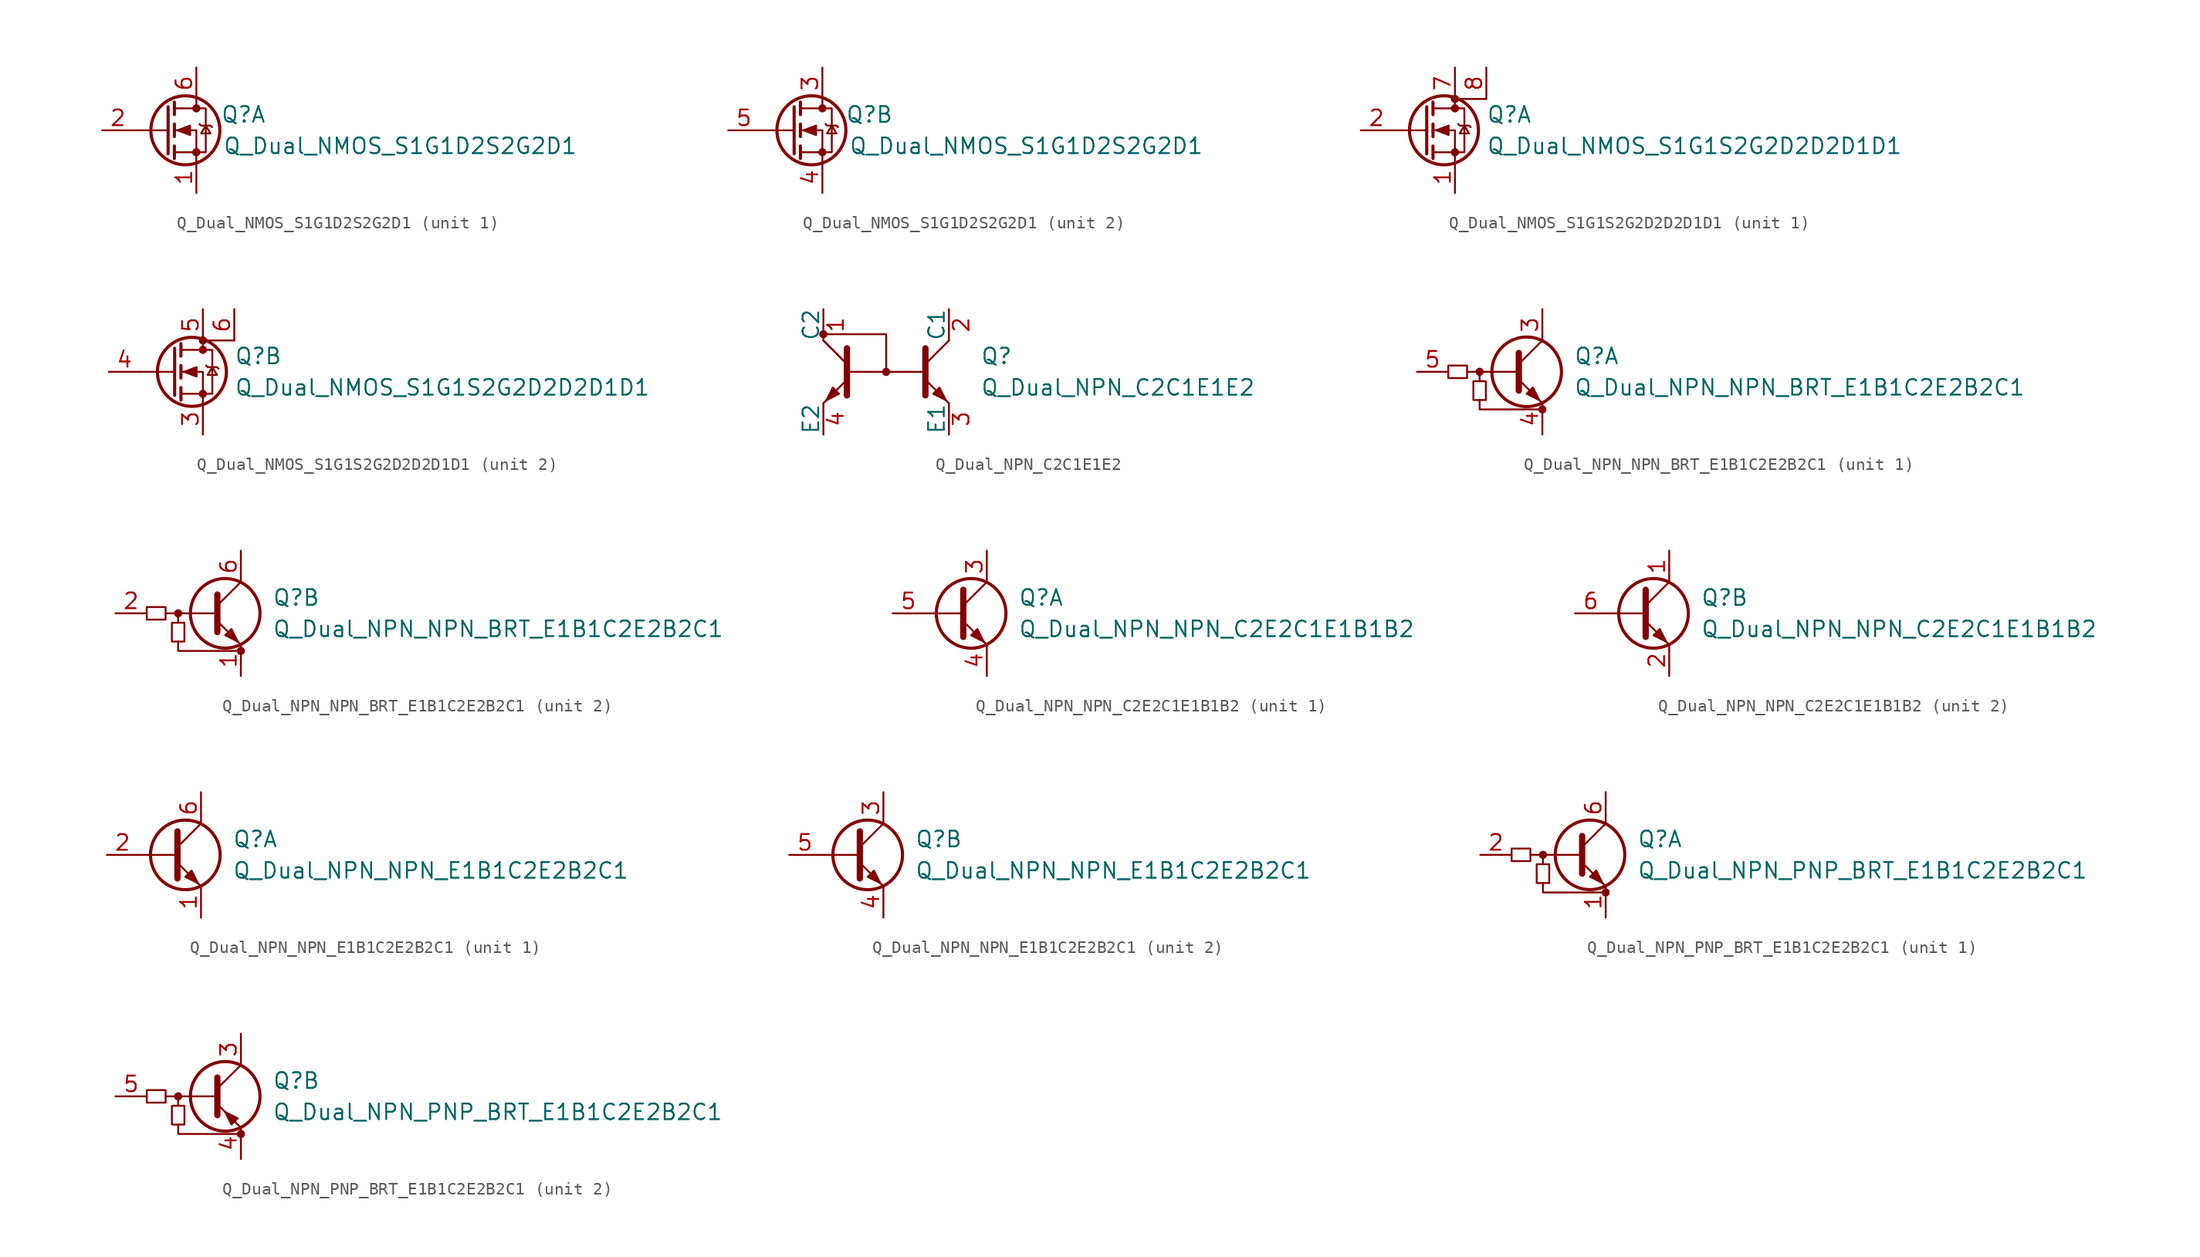
<source format=kicad_sym>
(kicad_symbol_lib
  (version 20201005)
  (generator kicad_symbol_editor)
  (symbol "Q_Dual_NMOS_S1G1D2S2G2D1"
    (pin_names
      (offset 0) hide)
    (property "Reference" "Q"
      (at 6.35 1.27 0)
      (effects (font (size 1.27 1.27))))
    (property "Value" "Q_Dual_NMOS_S1G1D2S2G2D1"
      (at 19.05 -1.27 0)
      (effects (font (size 1.27 1.27))))
    (symbol "Q_Dual_NMOS_S1G1D2S2G2D1_0_1"
      (circle (center 1.651 0) (radius 2.794) (stroke (width 0.254)) (fill (type none)))
      (circle (center 2.54 -1.778) (radius 0.254) (stroke (width 0)) (fill (type outline)))
      (circle (center 2.54 1.778) (radius 0.254) (stroke (width 0)) (fill (type outline)))
      (polyline (pts (xy 0.254 0) (xy -2.54 0)) (stroke (width 0)) (fill (type none)))
      (polyline (pts (xy 0.254 1.905) (xy 0.254 -1.905)) (stroke (width 0.254)) (fill (type none)))
      (polyline (pts (xy 0.762 -1.27) (xy 0.762 -2.286)) (stroke (width 0.254)) (fill (type none)))
      (polyline (pts (xy 0.762 0.508) (xy 0.762 -0.508)) (stroke (width 0.254)) (fill (type none)))
      (polyline (pts (xy 0.762 2.286) (xy 0.762 1.27)) (stroke (width 0.254)) (fill (type none)))
      (polyline (pts (xy 2.54 2.54) (xy 2.54 1.778)) (stroke (width 0)) (fill (type none)))
      (polyline (pts (xy 2.54 -2.54) (xy 2.54 0) (xy 0.762 0)) (stroke (width 0)) (fill (type none)))
      (polyline (pts (xy 0.762 -1.778) (xy 3.302 -1.778) (xy 3.302 1.778) (xy 0.762 1.778)) (stroke (width 0)) (fill (type none)))
      (polyline (pts (xy 2.794 0.508) (xy 2.921 0.381) (xy 3.683 0.381) (xy 3.81 0.254)) (stroke (width 0)) (fill (type none)))
      (polyline (pts (xy 3.302 0.381) (xy 2.921 -0.254) (xy 3.683 -0.254) (xy 3.302 0.381)) (stroke (width 0)) (fill (type none)))
      (polyline (pts (xy 1.016 0) (xy 2.032 0.381) (xy 2.032 -0.381) (xy 1.016 0)) (stroke (width 0)) (fill (type outline))))
    (symbol "Q_Dual_NMOS_S1G1D2S2G2D1_1_1"
      (pin passive line (at 2.54 -5.08 90) (length 2.54) (name "S" (effects (font (size 1.27 1.27)))) (number "1" (effects (font (size 1.27 1.27)))))
      (pin input line (at -5.08 0 0) (length 2.54) (name "G" (effects (font (size 1.27 1.27)))) (number "2" (effects (font (size 1.27 1.27)))))
      (pin passive line (at 2.54 5.08 270) (length 2.54) (name "D" (effects (font (size 1.27 1.27)))) (number "6" (effects (font (size 1.27 1.27))))))
    (symbol "Q_Dual_NMOS_S1G1D2S2G2D1_2_1"
      (pin passive line (at 2.54 5.08 270) (length 2.54) (name "D" (effects (font (size 1.27 1.27)))) (number "3" (effects (font (size 1.27 1.27)))))
      (pin passive line (at 2.54 -5.08 90) (length 2.54) (name "S" (effects (font (size 1.27 1.27)))) (number "4" (effects (font (size 1.27 1.27)))))
      (pin input line (at -5.08 0 0) (length 2.54) (name "G" (effects (font (size 1.27 1.27)))) (number "5" (effects (font (size 1.27 1.27)))))))
  (symbol "Q_Dual_NMOS_S1G1S2G2D2D2D1D1"
    (pin_names
      (offset 0) hide)
    (property "Reference" "Q"
      (at 5.08 1.27 0)
      (effects (font (size 1.27 1.27)) (justify left)))
    (property "Value" "Q_Dual_NMOS_S1G1S2G2D2D2D1D1"
      (at 5.08 -1.27 0)
      (effects (font (size 1.27 1.27)) (justify left)))
    (symbol "Q_Dual_NMOS_S1G1S2G2D2D2D1D1_0_1"
      (circle (center 1.651 0) (radius 2.794) (stroke (width 0.254)) (fill (type none)))
      (circle (center 2.54 -1.778) (radius 0.254) (stroke (width 0)) (fill (type outline)))
      (circle (center 2.54 1.778) (radius 0.254) (stroke (width 0)) (fill (type outline)))
      (circle (center 2.54 2.54) (radius 0.254) (stroke (width 0)) (fill (type outline)))
      (polyline (pts (xy 0.254 0) (xy -2.54 0)) (stroke (width 0)) (fill (type none)))
      (polyline (pts (xy 0.254 1.905) (xy 0.254 -1.905)) (stroke (width 0.254)) (fill (type none)))
      (polyline (pts (xy 0.762 -1.27) (xy 0.762 -2.286)) (stroke (width 0.254)) (fill (type none)))
      (polyline (pts (xy 0.762 0.508) (xy 0.762 -0.508)) (stroke (width 0.254)) (fill (type none)))
      (polyline (pts (xy 0.762 2.286) (xy 0.762 1.27)) (stroke (width 0.254)) (fill (type none)))
      (polyline (pts (xy 2.54 2.54) (xy 2.54 1.778)) (stroke (width 0)) (fill (type none)))
      (polyline (pts (xy 5.08 2.54) (xy 2.54 2.54)) (stroke (width 0)) (fill (type none)))
      (polyline (pts (xy 2.54 -2.54) (xy 2.54 0) (xy 0.762 0)) (stroke (width 0)) (fill (type none)))
      (polyline (pts (xy 0.762 -1.778) (xy 3.302 -1.778) (xy 3.302 1.778) (xy 0.762 1.778)) (stroke (width 0)) (fill (type none)))
      (polyline (pts (xy 2.794 0.508) (xy 2.921 0.381) (xy 3.683 0.381) (xy 3.81 0.254)) (stroke (width 0)) (fill (type none)))
      (polyline (pts (xy 3.302 0.381) (xy 2.921 -0.254) (xy 3.683 -0.254) (xy 3.302 0.381)) (stroke (width 0)) (fill (type none)))
      (polyline (pts (xy 1.016 0) (xy 2.032 0.381) (xy 2.032 -0.381) (xy 1.016 0)) (stroke (width 0)) (fill (type outline))))
    (symbol "Q_Dual_NMOS_S1G1S2G2D2D2D1D1_1_1"
      (pin passive line (at 2.54 -5.08 90) (length 2.54) (name "S" (effects (font (size 1.27 1.27)))) (number "1" (effects (font (size 1.27 1.27)))))
      (pin input line (at -5.08 0 0) (length 2.54) (name "G" (effects (font (size 1.27 1.27)))) (number "2" (effects (font (size 1.27 1.27)))))
      (pin passive line (at 2.54 5.08 270) (length 2.54) (name "D" (effects (font (size 1.27 1.27)))) (number "7" (effects (font (size 1.27 1.27)))))
      (pin passive line (at 5.08 5.08 270) (length 2.54) (name "D" (effects (font (size 1.27 1.27)))) (number "8" (effects (font (size 1.27 1.27))))))
    (symbol "Q_Dual_NMOS_S1G1S2G2D2D2D1D1_2_1"
      (pin passive line (at 2.54 -5.08 90) (length 2.54) (name "S" (effects (font (size 1.27 1.27)))) (number "3" (effects (font (size 1.27 1.27)))))
      (pin input line (at -5.08 0 0) (length 2.54) (name "G" (effects (font (size 1.27 1.27)))) (number "4" (effects (font (size 1.27 1.27)))))
      (pin passive line (at 2.54 5.08 270) (length 2.54) (name "D" (effects (font (size 1.27 1.27)))) (number "5" (effects (font (size 1.27 1.27)))))
      (pin passive line (at 5.08 5.08 270) (length 2.54) (name "D" (effects (font (size 1.27 1.27)))) (number "6" (effects (font (size 1.27 1.27)))))))
  (symbol "Q_Dual_NPN_C2C1E1E2"
    (pin_names
      (offset 0))
    (property "Reference" "Q"
      (at 7.62 1.27 0)
      (effects (font (size 1.27 1.27)) (justify left)))
    (property "Value" "Q_Dual_NPN_C2C1E1E2"
      (at 7.62 -1.27 0)
      (effects (font (size 1.27 1.27)) (justify left)))
    (symbol "Q_Dual_NPN_C2C1E1E2_0_1"
      (circle (center -5.08 3.048) (radius 0.254) (stroke (width 0)) (fill (type outline)))
      (circle (center 0 0) (radius 0.254) (stroke (width 0)) (fill (type outline)))
      (polyline (pts (xy -5.08 -2.54) (xy -3.175 -0.635)) (stroke (width 0)) (fill (type none)))
      (polyline (pts (xy -5.08 2.54) (xy -3.175 0.635)) (stroke (width 0)) (fill (type none)))
      (polyline (pts (xy -5.08 2.54) (xy -3.175 0.635)) (stroke (width 0)) (fill (type none)))
      (polyline (pts (xy 3.175 0) (xy -3.175 0)) (stroke (width 0)) (fill (type none)))
      (polyline (pts (xy 5.08 -2.54) (xy 3.175 -0.635)) (stroke (width 0)) (fill (type none)))
      (polyline (pts (xy 5.08 2.54) (xy 3.175 0.635)) (stroke (width 0)) (fill (type none)))
      (polyline (pts (xy 0 0) (xy 0 3.048) (xy -5.08 3.048)) (stroke (width 0)) (fill (type none)))
      (polyline (pts (xy -3.175 -1.905) (xy -3.175 1.905) (xy -3.175 1.905)) (stroke (width 0.508)) (fill (type outline)))
      (polyline (pts (xy 3.175 -1.905) (xy 3.175 1.905) (xy 3.175 1.905)) (stroke (width 0.508)) (fill (type outline)))
      (polyline (pts (xy -3.81 -1.778) (xy -4.318 -1.27) (xy -4.826 -2.286) (xy -3.81 -1.778) (xy -3.81 -1.778)) (stroke (width 0)) (fill (type outline)))
      (polyline (pts (xy 3.81 -1.778) (xy 4.318 -1.27) (xy 4.826 -2.286) (xy 3.81 -1.778) (xy 3.81 -1.778)) (stroke (width 0)) (fill (type outline))))
    (symbol "Q_Dual_NPN_C2C1E1E2_1_1"
      (pin passive line (at -5.08 5.08 270) (length 2.54) (name "C2" (effects (font (size 1.27 1.27)))) (number "1" (effects (font (size 1.27 1.27)))))
      (pin passive line (at 5.08 5.08 270) (length 2.54) (name "C1" (effects (font (size 1.27 1.27)))) (number "2" (effects (font (size 1.27 1.27)))))
      (pin passive line (at 5.08 -5.08 90) (length 2.54) (name "E1" (effects (font (size 1.27 1.27)))) (number "3" (effects (font (size 1.27 1.27)))))
      (pin passive line (at -5.08 -5.08 90) (length 2.54) (name "E2" (effects (font (size 1.27 1.27)))) (number "4" (effects (font (size 1.27 1.27)))))))
  (symbol "Q_Dual_NPN_NPN_BRT_E1B1C2E2B2C1"
    (pin_names hide)
    (property "Reference" "Q"
      (at 3.81 1.27 0)
      (effects (font (size 1.27 1.27)) (justify left)))
    (property "Value" "Q_Dual_NPN_NPN_BRT_E1B1C2E2B2C1"
      (at 3.81 -1.27 0)
      (effects (font (size 1.27 1.27)) (justify left)))
    (symbol "Q_Dual_NPN_NPN_BRT_E1B1C2E2B2C1_0_1"
      (circle (center -3.81 0) (radius 0.254) (stroke (width 0)) (fill (type outline)))
      (circle (center 1.27 -3.048) (radius 0.254) (stroke (width 0)) (fill (type outline)))
      (rectangle (start -6.35 0.508) (end -4.826 -0.508) (stroke (width 0)) (fill (type none)))
      (rectangle (start -4.318 -2.286) (end -3.302 -0.762) (stroke (width 0)) (fill (type none)))
      (polyline (pts (xy -3.81 -0.762) (xy -3.81 0)) (stroke (width 0)) (fill (type none)))
      (polyline (pts (xy -0.762 0) (xy -4.826 0)) (stroke (width 0)) (fill (type none)))
      (polyline (pts (xy -0.635 1.524) (xy -0.635 -1.524)) (stroke (width 0.508)) (fill (type none)))
      (polyline (pts (xy -3.81 -2.286) (xy -3.81 -3.048) (xy 1.27 -3.048)) (stroke (width 0)) (fill (type none))))
    (symbol "Q_Dual_NPN_NPN_BRT_E1B1C2E2B2C1_1_1"
      (circle (center 0 0) (radius 2.819) (stroke (width 0.254)) (fill (type none)))
      (polyline (pts (xy -0.635 0.635) (xy 1.27 2.54)) (stroke (width 0)) (fill (type none)))
      (polyline (pts (xy -0.635 -0.635) (xy 1.27 -2.54) (xy 1.27 -2.54)) (stroke (width 0)) (fill (type none)))
      (polyline (pts (xy 0 -1.778) (xy 0.508 -1.27) (xy 1.016 -2.286) (xy 0 -1.778) (xy 0 -1.778)) (stroke (width 0)) (fill (type outline)))
      (pin passive line (at 1.27 5.08 270) (length 2.54) (name "C1" (effects (font (size 1.27 1.27)))) (number "3" (effects (font (size 1.27 1.27)))))
      (pin passive line (at 1.27 -5.08 90) (length 2.54) (name "E1" (effects (font (size 1.27 1.27)))) (number "4" (effects (font (size 1.27 1.27)))))
      (pin input line (at -8.89 0 0) (length 2.54) (name "B1" (effects (font (size 1.27 1.27)))) (number "5" (effects (font (size 1.27 1.27))))))
    (symbol "Q_Dual_NPN_NPN_BRT_E1B1C2E2B2C1_2_1"
      (circle (center 0 0) (radius 2.819) (stroke (width 0.254)) (fill (type none)))
      (polyline (pts (xy -0.635 0.635) (xy 1.27 2.54)) (stroke (width 0)) (fill (type none)))
      (polyline (pts (xy -0.635 -0.635) (xy 1.27 -2.54) (xy 1.27 -2.54)) (stroke (width 0)) (fill (type none)))
      (polyline (pts (xy 0 -1.778) (xy 0.508 -1.27) (xy 1.016 -2.286) (xy 0 -1.778) (xy 0 -1.778)) (stroke (width 0)) (fill (type outline)))
      (pin passive line (at 1.27 -5.08 90) (length 2.54) (name "E1" (effects (font (size 1.27 1.27)))) (number "1" (effects (font (size 1.27 1.27)))))
      (pin input line (at -8.89 0 0) (length 2.54) (name "B1" (effects (font (size 1.27 1.27)))) (number "2" (effects (font (size 1.27 1.27)))))
      (pin passive line (at 1.27 5.08 270) (length 2.54) (name "C1" (effects (font (size 1.27 1.27)))) (number "6" (effects (font (size 1.27 1.27)))))))
  (symbol "Q_Dual_NPN_NPN_C2E2C1E1B1B2"
    (pin_names
      (offset 0) hide)
    (property "Reference" "Q"
      (at 5.08 1.27 0)
      (effects (font (size 1.27 1.27)) (justify left)))
    (property "Value" "Q_Dual_NPN_NPN_C2E2C1E1B1B2"
      (at 5.08 -1.27 0)
      (effects (font (size 1.27 1.27)) (justify left)))
    (property "ki_locked" ""
      (at 0 0 0)
      (effects (font (size 1.27 1.27))))
    (symbol "Q_Dual_NPN_NPN_C2E2C1E1B1B2_0_1"
      (circle (center 1.27 0) (radius 2.819) (stroke (width 0.254)) (fill (type none)))
      (polyline (pts (xy 0.635 0) (xy -2.54 0)) (stroke (width 0)) (fill (type none)))
      (polyline (pts (xy 0.635 0.635) (xy 2.54 2.54)) (stroke (width 0)) (fill (type none)))
      (polyline (pts (xy 0.635 -0.635) (xy 2.54 -2.54) (xy 2.54 -2.54)) (stroke (width 0)) (fill (type none)))
      (polyline (pts (xy 0.635 1.905) (xy 0.635 -1.905) (xy 0.635 -1.905)) (stroke (width 0.508)) (fill (type none)))
      (polyline (pts (xy 1.27 -1.778) (xy 1.778 -1.27) (xy 2.286 -2.286) (xy 1.27 -1.778) (xy 1.27 -1.778)) (stroke (width 0)) (fill (type outline))))
    (symbol "Q_Dual_NPN_NPN_C2E2C1E1B1B2_1_1"
      (pin passive line (at 2.54 5.08 270) (length 2.54) (name "C1" (effects (font (size 1.27 1.27)))) (number "3" (effects (font (size 1.27 1.27)))))
      (pin passive line (at 2.54 -5.08 90) (length 2.54) (name "E1" (effects (font (size 1.27 1.27)))) (number "4" (effects (font (size 1.27 1.27)))))
      (pin input line (at -5.08 0 0) (length 2.54) (name "B1" (effects (font (size 1.27 1.27)))) (number "5" (effects (font (size 1.27 1.27))))))
    (symbol "Q_Dual_NPN_NPN_C2E2C1E1B1B2_2_1"
      (pin passive line (at 2.54 5.08 270) (length 2.54) (name "C2" (effects (font (size 1.27 1.27)))) (number "1" (effects (font (size 1.27 1.27)))))
      (pin passive line (at 2.54 -5.08 90) (length 2.54) (name "E2" (effects (font (size 1.27 1.27)))) (number "2" (effects (font (size 1.27 1.27)))))
      (pin input line (at -5.08 0 0) (length 2.54) (name "B2" (effects (font (size 1.27 1.27)))) (number "6" (effects (font (size 1.27 1.27)))))))
  (symbol "Q_Dual_NPN_NPN_E1B1C2E2B2C1"
    (pin_names
      (offset 0) hide)
    (property "Reference" "Q"
      (at 5.08 1.27 0)
      (effects (font (size 1.27 1.27)) (justify left)))
    (property "Value" "Q_Dual_NPN_NPN_E1B1C2E2B2C1"
      (at 5.08 -1.27 0)
      (effects (font (size 1.27 1.27)) (justify left)))
    (property "ki_locked" ""
      (at 0 0 0)
      (effects (font (size 1.27 1.27))))
    (symbol "Q_Dual_NPN_NPN_E1B1C2E2B2C1_0_1"
      (circle (center 1.27 0) (radius 2.819) (stroke (width 0.254)) (fill (type none)))
      (polyline (pts (xy 0.635 0) (xy -2.54 0)) (stroke (width 0)) (fill (type none)))
      (polyline (pts (xy 0.635 0.635) (xy 2.54 2.54)) (stroke (width 0)) (fill (type none)))
      (polyline (pts (xy 0.635 -0.635) (xy 2.54 -2.54) (xy 2.54 -2.54)) (stroke (width 0)) (fill (type none)))
      (polyline (pts (xy 0.635 1.905) (xy 0.635 -1.905) (xy 0.635 -1.905)) (stroke (width 0.508)) (fill (type none)))
      (polyline (pts (xy 1.27 -1.778) (xy 1.778 -1.27) (xy 2.286 -2.286) (xy 1.27 -1.778) (xy 1.27 -1.778)) (stroke (width 0)) (fill (type outline))))
    (symbol "Q_Dual_NPN_NPN_E1B1C2E2B2C1_1_1"
      (pin passive line (at 2.54 -5.08 90) (length 2.54) (name "E1" (effects (font (size 1.27 1.27)))) (number "1" (effects (font (size 1.27 1.27)))))
      (pin input line (at -5.08 0 0) (length 2.54) (name "B1" (effects (font (size 1.27 1.27)))) (number "2" (effects (font (size 1.27 1.27)))))
      (pin passive line (at 2.54 5.08 270) (length 2.54) (name "C1" (effects (font (size 1.27 1.27)))) (number "6" (effects (font (size 1.27 1.27))))))
    (symbol "Q_Dual_NPN_NPN_E1B1C2E2B2C1_2_1"
      (pin passive line (at 2.54 5.08 270) (length 2.54) (name "C2" (effects (font (size 1.27 1.27)))) (number "3" (effects (font (size 1.27 1.27)))))
      (pin passive line (at 2.54 -5.08 90) (length 2.54) (name "E2" (effects (font (size 1.27 1.27)))) (number "4" (effects (font (size 1.27 1.27)))))
      (pin input line (at -5.08 0 0) (length 2.54) (name "B2" (effects (font (size 1.27 1.27)))) (number "5" (effects (font (size 1.27 1.27)))))))
  (symbol "Q_Dual_NPN_PNP_BRT_E1B1C2E2B2C1"
    (pin_names hide)
    (property "Reference" "Q"
      (at 3.81 1.27 0)
      (effects (font (size 1.27 1.27)) (justify left)))
    (property "Value" "Q_Dual_NPN_PNP_BRT_E1B1C2E2B2C1"
      (at 3.81 -1.27 0)
      (effects (font (size 1.27 1.27)) (justify left)))
    (symbol "Q_Dual_NPN_PNP_BRT_E1B1C2E2B2C1_0_1"
      (circle (center -3.81 0) (radius 0.254) (stroke (width 0)) (fill (type outline)))
      (circle (center 1.27 -3.048) (radius 0.254) (stroke (width 0)) (fill (type outline)))
      (rectangle (start -6.35 0.508) (end -4.826 -0.508) (stroke (width 0)) (fill (type none)))
      (rectangle (start -4.318 -2.286) (end -3.302 -0.762) (stroke (width 0)) (fill (type none)))
      (polyline (pts (xy -3.81 -0.762) (xy -3.81 0)) (stroke (width 0)) (fill (type none)))
      (polyline (pts (xy -0.762 0) (xy -4.826 0)) (stroke (width 0)) (fill (type none)))
      (polyline (pts (xy -0.635 1.524) (xy -0.635 -1.524)) (stroke (width 0.508)) (fill (type none)))
      (polyline (pts (xy -3.81 -2.286) (xy -3.81 -3.048) (xy 1.27 -3.048)) (stroke (width 0)) (fill (type none))))
    (symbol "Q_Dual_NPN_PNP_BRT_E1B1C2E2B2C1_1_1"
      (circle (center 0 0) (radius 2.819) (stroke (width 0.254)) (fill (type none)))
      (polyline (pts (xy -0.635 0.635) (xy 1.27 2.54)) (stroke (width 0)) (fill (type none)))
      (polyline (pts (xy -0.635 -0.635) (xy 1.27 -2.54) (xy 1.27 -2.54)) (stroke (width 0)) (fill (type none)))
      (polyline (pts (xy 0 -1.778) (xy 0.508 -1.27) (xy 1.016 -2.286) (xy 0 -1.778) (xy 0 -1.778)) (stroke (width 0)) (fill (type outline)))
      (pin passive line (at 1.27 -5.08 90) (length 2.54) (name "E1" (effects (font (size 1.27 1.27)))) (number "1" (effects (font (size 1.27 1.27)))))
      (pin input line (at -8.89 0 0) (length 2.54) (name "B1" (effects (font (size 1.27 1.27)))) (number "2" (effects (font (size 1.27 1.27)))))
      (pin passive line (at 1.27 5.08 270) (length 2.54) (name "C1" (effects (font (size 1.27 1.27)))) (number "6" (effects (font (size 1.27 1.27))))))
    (symbol "Q_Dual_NPN_PNP_BRT_E1B1C2E2B2C1_2_1"
      (circle (center 0 0) (radius 2.819) (stroke (width 0.254)) (fill (type none)))
      (polyline (pts (xy -0.635 0.635) (xy 1.27 2.54)) (stroke (width 0)) (fill (type none)))
      (polyline (pts (xy -0.635 -0.635) (xy 1.27 -2.54) (xy 1.27 -2.54)) (stroke (width 0)) (fill (type none)))
      (polyline (pts (xy 1.016 -1.778) (xy 0.508 -2.286) (xy 0 -1.27) (xy 1.016 -1.778) (xy 1.016 -1.778)) (stroke (width 0)) (fill (type outline)))
      (pin passive line (at 1.27 5.08 270) (length 2.54) (name "C1" (effects (font (size 1.27 1.27)))) (number "3" (effects (font (size 1.27 1.27)))))
      (pin passive line (at 1.27 -5.08 90) (length 2.54) (name "E1" (effects (font (size 1.27 1.27)))) (number "4" (effects (font (size 1.27 1.27)))))
      (pin input line (at -8.89 0 0) (length 2.54) (name "B1" (effects (font (size 1.27 1.27)))) (number "5" (effects (font (size 1.27 1.27))))))))
</source>
